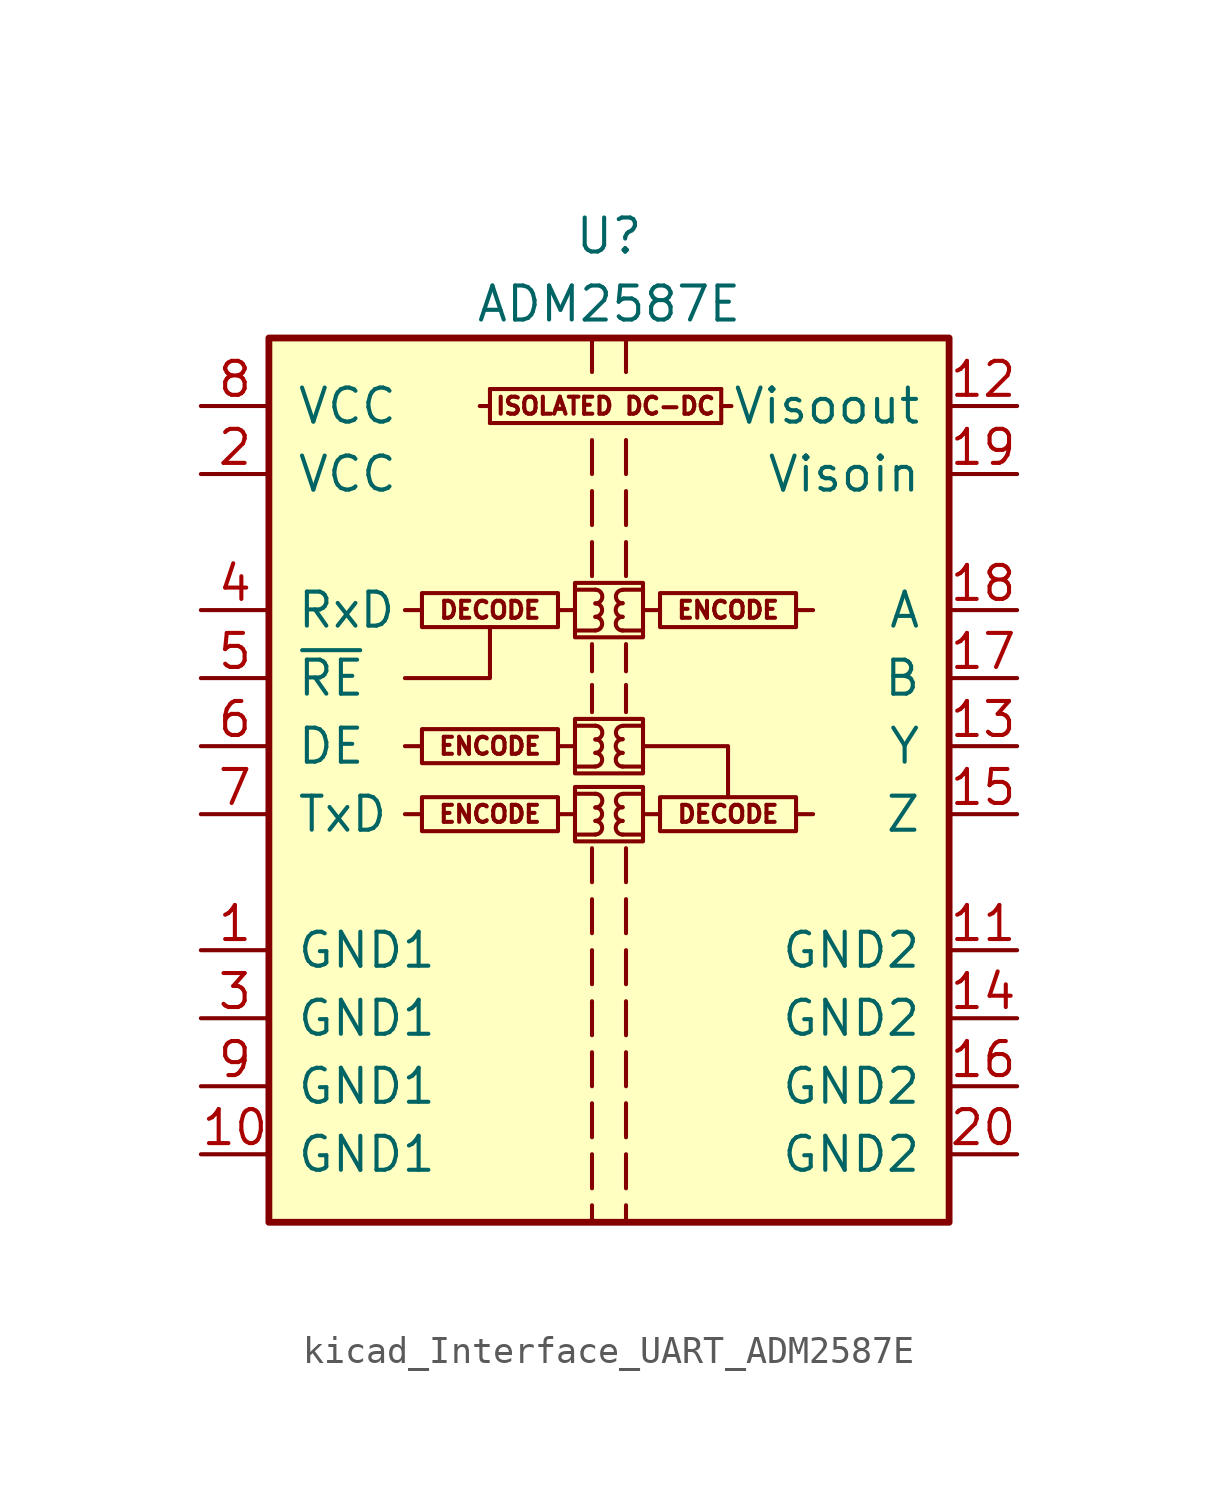
<source format=kicad_sym>
(kicad_symbol_lib
  (version 20220914)
  (generator kicad_symbol_editor)
  (symbol "kicad_Interface_UART_ADM2587E"
    (pin_names
      (offset 1.016))
    (property "Reference" "U"
      (at 0 21.59 0)
      (effects (font (size 1.27 1.27))))
    (property "Value" "ADM2587E"
      (at 0 19.05 0)
      (effects (font (size 1.27 1.27))))
    (symbol "kicad_Interface_UART_ADM2587E_0_0"
      (rectangle (start -1.905 0.635) (end -6.985 -0.635) (stroke (width 0) (type default)) (fill (type none)))
      (rectangle (start -1.27 1.016) (end 1.27 -1.016) (stroke (width 0) (type default)) (fill (type none)))
      (rectangle (start -1.27 3.556) (end 1.27 1.524) (stroke (width 0) (type default)) (fill (type none)))
      (rectangle (start -1.27 8.636) (end 1.27 6.604) (stroke (width 0) (type default)) (fill (type none)))
      (arc (start -0.508 -0.762) (mid -0.2551 -0.508) (end -0.508 -0.254) (stroke (width 0) (type default)) (fill (type none)))
      (arc (start -0.508 -0.254) (mid -0.2551 0) (end -0.508 0.254) (stroke (width 0) (type default)) (fill (type none)))
      (arc (start -0.508 0.254) (mid -0.2551 0.508) (end -0.508 0.762) (stroke (width 0) (type default)) (fill (type none)))
      (arc (start -0.508 1.778) (mid -0.2551 2.032) (end -0.508 2.286) (stroke (width 0) (type default)) (fill (type none)))
      (arc (start -0.508 2.286) (mid -0.2551 2.54) (end -0.508 2.794) (stroke (width 0) (type default)) (fill (type none)))
      (arc (start -0.508 2.794) (mid -0.2551 3.048) (end -0.508 3.302) (stroke (width 0) (type default)) (fill (type none)))
      (arc (start -0.508 6.858) (mid -0.2551 7.112) (end -0.508 7.366) (stroke (width 0) (type default)) (fill (type none)))
      (arc (start -0.508 7.366) (mid -0.2551 7.62) (end -0.508 7.874) (stroke (width 0) (type default)) (fill (type none)))
      (arc (start -0.508 7.874) (mid -0.2551 8.128) (end -0.508 8.382) (stroke (width 0) (type default)) (fill (type none)))
      (polyline (pts (xy -6.985 0) (xy -7.62 0)) (stroke (width 0) (type default)) (fill (type none)))
      (polyline (pts (xy -6.985 2.54) (xy -7.62 2.54)) (stroke (width 0) (type default)) (fill (type none)))
      (polyline (pts (xy -6.985 7.62) (xy -7.62 7.62)) (stroke (width 0) (type default)) (fill (type none)))
      (polyline (pts (xy -4.445 14.605) (xy 4.191 14.605)) (stroke (width 0) (type default)) (fill (type none)))
      (polyline (pts (xy -4.445 15.24) (xy -4.826 15.24)) (stroke (width 0) (type default)) (fill (type none)))
      (polyline (pts (xy -4.445 15.875) (xy -4.445 14.605)) (stroke (width 0) (type default)) (fill (type none)))
      (polyline (pts (xy -1.905 0) (xy -1.27 0)) (stroke (width 0) (type default)) (fill (type none)))
      (polyline (pts (xy -1.905 2.54) (xy -1.27 2.54)) (stroke (width 0) (type default)) (fill (type none)))
      (polyline (pts (xy -1.905 7.62) (xy -1.27 7.62)) (stroke (width 0) (type default)) (fill (type none)))
      (polyline (pts (xy -1.27 -0.762) (xy -0.508 -0.762)) (stroke (width 0) (type default)) (fill (type none)))
      (polyline (pts (xy -1.27 0.762) (xy -0.508 0.762)) (stroke (width 0) (type default)) (fill (type none)))
      (polyline (pts (xy -1.27 1.778) (xy -0.508 1.778)) (stroke (width 0) (type default)) (fill (type none)))
      (polyline (pts (xy -1.27 3.302) (xy -0.508 3.302)) (stroke (width 0) (type default)) (fill (type none)))
      (polyline (pts (xy -1.27 6.858) (xy -0.508 6.858)) (stroke (width 0) (type default)) (fill (type none)))
      (polyline (pts (xy -1.27 8.382) (xy -0.508 8.382)) (stroke (width 0) (type default)) (fill (type none)))
      (polyline (pts (xy -0.635 -14.605) (xy -0.635 -15.24)) (stroke (width 0) (type default)) (fill (type none)))
      (polyline (pts (xy -0.635 -12.7) (xy -0.635 -13.97)) (stroke (width 0) (type default)) (fill (type none)))
      (polyline (pts (xy -0.635 -10.795) (xy -0.635 -12.065)) (stroke (width 0) (type default)) (fill (type none)))
      (polyline (pts (xy -0.635 -8.89) (xy -0.635 -10.16)) (stroke (width 0) (type default)) (fill (type none)))
      (polyline (pts (xy -0.635 -6.985) (xy -0.635 -8.255)) (stroke (width 0) (type default)) (fill (type none)))
      (polyline (pts (xy -0.635 -5.08) (xy -0.635 -6.35)) (stroke (width 0) (type default)) (fill (type none)))
      (polyline (pts (xy -0.635 -3.175) (xy -0.635 -4.445)) (stroke (width 0) (type default)) (fill (type none)))
      (polyline (pts (xy -0.635 -1.27) (xy -0.635 -2.54)) (stroke (width 0) (type default)) (fill (type none)))
      (polyline (pts (xy -0.635 4.826) (xy -0.635 3.81)) (stroke (width 0) (type default)) (fill (type none)))
      (polyline (pts (xy -0.635 6.35) (xy -0.635 5.334)) (stroke (width 0) (type default)) (fill (type none)))
      (polyline (pts (xy -0.635 8.89) (xy -0.635 10.16)) (stroke (width 0) (type default)) (fill (type none)))
      (polyline (pts (xy -0.635 10.795) (xy -0.635 12.065)) (stroke (width 0) (type default)) (fill (type none)))
      (polyline (pts (xy -0.635 12.7) (xy -0.635 13.97)) (stroke (width 0) (type default)) (fill (type none)))
      (polyline (pts (xy -0.635 17.78) (xy -0.635 16.51)) (stroke (width 0) (type default)) (fill (type none)))
      (polyline (pts (xy 0.635 -14.605) (xy 0.635 -15.24)) (stroke (width 0) (type default)) (fill (type none)))
      (polyline (pts (xy 0.635 -12.7) (xy 0.635 -13.97)) (stroke (width 0) (type default)) (fill (type none)))
      (polyline (pts (xy 0.635 -10.795) (xy 0.635 -12.065)) (stroke (width 0) (type default)) (fill (type none)))
      (polyline (pts (xy 0.635 -8.89) (xy 0.635 -10.16)) (stroke (width 0) (type default)) (fill (type none)))
      (polyline (pts (xy 0.635 -6.985) (xy 0.635 -8.255)) (stroke (width 0) (type default)) (fill (type none)))
      (polyline (pts (xy 0.635 -5.08) (xy 0.635 -6.35)) (stroke (width 0) (type default)) (fill (type none)))
      (polyline (pts (xy 0.635 -3.175) (xy 0.635 -4.445)) (stroke (width 0) (type default)) (fill (type none)))
      (polyline (pts (xy 0.635 -1.27) (xy 0.635 -2.54)) (stroke (width 0) (type default)) (fill (type none)))
      (polyline (pts (xy 0.635 3.81) (xy 0.635 4.826)) (stroke (width 0) (type default)) (fill (type none)))
      (polyline (pts (xy 0.635 6.35) (xy 0.635 5.334)) (stroke (width 0) (type default)) (fill (type none)))
      (polyline (pts (xy 0.635 8.89) (xy 0.635 10.16)) (stroke (width 0) (type default)) (fill (type none)))
      (polyline (pts (xy 0.635 12.065) (xy 0.635 10.795)) (stroke (width 0) (type default)) (fill (type none)))
      (polyline (pts (xy 0.635 13.97) (xy 0.635 12.7)) (stroke (width 0) (type default)) (fill (type none)))
      (polyline (pts (xy 0.635 17.78) (xy 0.635 16.51)) (stroke (width 0) (type default)) (fill (type none)))
      (polyline (pts (xy 1.27 -0.762) (xy 0.508 -0.762)) (stroke (width 0) (type default)) (fill (type none)))
      (polyline (pts (xy 1.27 0.762) (xy 0.508 0.762)) (stroke (width 0) (type default)) (fill (type none)))
      (polyline (pts (xy 1.27 1.778) (xy 0.508 1.778)) (stroke (width 0) (type default)) (fill (type none)))
      (polyline (pts (xy 1.27 3.302) (xy 0.508 3.302)) (stroke (width 0) (type default)) (fill (type none)))
      (polyline (pts (xy 1.27 6.858) (xy 0.508 6.858)) (stroke (width 0) (type default)) (fill (type none)))
      (polyline (pts (xy 1.27 8.382) (xy 0.508 8.382)) (stroke (width 0) (type default)) (fill (type none)))
      (polyline (pts (xy 1.905 0) (xy 1.27 0)) (stroke (width 0) (type default)) (fill (type none)))
      (polyline (pts (xy 1.905 7.62) (xy 1.27 7.62)) (stroke (width 0) (type default)) (fill (type none)))
      (polyline (pts (xy 4.191 15.24) (xy 4.572 15.24)) (stroke (width 0) (type default)) (fill (type none)))
      (polyline (pts (xy 4.191 15.875) (xy -4.445 15.875)) (stroke (width 0) (type default)) (fill (type none)))
      (polyline (pts (xy 4.191 15.875) (xy 4.191 14.605)) (stroke (width 0) (type default)) (fill (type none)))
      (polyline (pts (xy 6.985 0) (xy 7.62 0)) (stroke (width 0) (type default)) (fill (type none)))
      (polyline (pts (xy 6.985 7.62) (xy 7.62 7.62)) (stroke (width 0) (type default)) (fill (type none)))
      (arc (start 0.508 -0.254) (mid 0.2551 -0.508) (end 0.508 -0.762) (stroke (width 0) (type default)) (fill (type none)))
      (arc (start 0.508 0.254) (mid 0.2551 0) (end 0.508 -0.254) (stroke (width 0) (type default)) (fill (type none)))
      (arc (start 0.508 0.762) (mid 0.2551 0.508) (end 0.508 0.254) (stroke (width 0) (type default)) (fill (type none)))
      (arc (start 0.508 2.286) (mid 0.2551 2.032) (end 0.508 1.778) (stroke (width 0) (type default)) (fill (type none)))
      (arc (start 0.508 2.794) (mid 0.2551 2.54) (end 0.508 2.286) (stroke (width 0) (type default)) (fill (type none)))
      (arc (start 0.508 3.302) (mid 0.2551 3.048) (end 0.508 2.794) (stroke (width 0) (type default)) (fill (type none)))
      (arc (start 0.508 7.366) (mid 0.2551 7.112) (end 0.508 6.858) (stroke (width 0) (type default)) (fill (type none)))
      (arc (start 0.508 7.874) (mid 0.2551 7.62) (end 0.508 7.366) (stroke (width 0) (type default)) (fill (type none)))
      (arc (start 0.508 8.382) (mid 0.2551 8.128) (end 0.508 7.874) (stroke (width 0) (type default)) (fill (type none)))
      (rectangle (start 1.905 0.635) (end 6.985 -0.635) (stroke (width 0) (type default)) (fill (type none)))
      (rectangle (start 1.905 8.255) (end 6.985 6.985) (stroke (width 0) (type default)) (fill (type none)))
      (text "DECODE" (at -4.445 7.62 0) (effects (font (size 0.635 0.635))))
      (text "DECODE" (at 4.445 0 0) (effects (font (size 0.635 0.635))))
      (text "ENCODE" (at -4.445 0 0) (effects (font (size 0.635 0.635))))
      (text "ENCODE" (at -4.445 2.54 0) (effects (font (size 0.635 0.635))))
      (text "ENCODE" (at 4.445 7.62 0) (effects (font (size 0.635 0.635))))
      (text "ISOLATED DC-DC" (at -0.127 15.24 0) (effects (font (size 0.635 0.635)))))
    (symbol "kicad_Interface_UART_ADM2587E_0_1"
      (rectangle (start -12.7 17.78) (end 12.7 -15.24) (stroke (width 0.254) (type default)) (fill (type background)))
      (rectangle (start -1.905 3.175) (end -6.985 1.905) (stroke (width 0) (type default)) (fill (type none)))
      (rectangle (start -1.905 8.255) (end -6.985 6.985) (stroke (width 0) (type default)) (fill (type none)))
      (polyline (pts (xy -7.62 5.08) (xy -4.445 5.08) (xy -4.445 6.985)) (stroke (width 0) (type default)) (fill (type none)))
      (polyline (pts (xy 1.27 2.54) (xy 4.445 2.54) (xy 4.445 0.635)) (stroke (width 0) (type default)) (fill (type none))))
    (symbol "kicad_Interface_UART_ADM2587E_1_1"
      (pin power_in line (at -15.24 -5.08 0) (length 2.54) (name "GND1" (effects (font (size 1.27 1.27)))) (number "1" (effects (font (size 1.27 1.27)))))
      (pin power_in line (at -15.24 -12.7 0) (length 2.54) (name "GND1" (effects (font (size 1.27 1.27)))) (number "10" (effects (font (size 1.27 1.27)))))
      (pin power_in line (at 15.24 -5.08 180) (length 2.54) (name "GND2" (effects (font (size 1.27 1.27)))) (number "11" (effects (font (size 1.27 1.27)))))
      (pin power_out line (at 15.24 15.24 180) (length 2.54) (name "Visoout" (effects (font (size 1.27 1.27)))) (number "12" (effects (font (size 1.27 1.27)))))
      (pin output line (at 15.24 2.54 180) (length 2.54) (name "Y" (effects (font (size 1.27 1.27)))) (number "13" (effects (font (size 1.27 1.27)))))
      (pin power_in line (at 15.24 -7.62 180) (length 2.54) (name "GND2" (effects (font (size 1.27 1.27)))) (number "14" (effects (font (size 1.27 1.27)))))
      (pin output line (at 15.24 0 180) (length 2.54) (name "Z" (effects (font (size 1.27 1.27)))) (number "15" (effects (font (size 1.27 1.27)))))
      (pin power_in line (at 15.24 -10.16 180) (length 2.54) (name "GND2" (effects (font (size 1.27 1.27)))) (number "16" (effects (font (size 1.27 1.27)))))
      (pin input line (at 15.24 5.08 180) (length 2.54) (name "B" (effects (font (size 1.27 1.27)))) (number "17" (effects (font (size 1.27 1.27)))))
      (pin input line (at 15.24 7.62 180) (length 2.54) (name "A" (effects (font (size 1.27 1.27)))) (number "18" (effects (font (size 1.27 1.27)))))
      (pin power_in line (at 15.24 12.7 180) (length 2.54) (name "Visoin" (effects (font (size 1.27 1.27)))) (number "19" (effects (font (size 1.27 1.27)))))
      (pin power_in line (at -15.24 12.7 0) (length 2.54) (name "VCC" (effects (font (size 1.27 1.27)))) (number "2" (effects (font (size 1.27 1.27)))))
      (pin power_in line (at 15.24 -12.7 180) (length 2.54) (name "GND2" (effects (font (size 1.27 1.27)))) (number "20" (effects (font (size 1.27 1.27)))))
      (pin power_in line (at -15.24 -7.62 0) (length 2.54) (name "GND1" (effects (font (size 1.27 1.27)))) (number "3" (effects (font (size 1.27 1.27)))))
      (pin output line (at -15.24 7.62 0) (length 2.54) (name "RxD" (effects (font (size 1.27 1.27)))) (number "4" (effects (font (size 1.27 1.27)))))
      (pin input line (at -15.24 5.08 0) (length 2.54) (name "~{RE}" (effects (font (size 1.27 1.27)))) (number "5" (effects (font (size 1.27 1.27)))))
      (pin input line (at -15.24 2.54 0) (length 2.54) (name "DE" (effects (font (size 1.27 1.27)))) (number "6" (effects (font (size 1.27 1.27)))))
      (pin input line (at -15.24 0 0) (length 2.54) (name "TxD" (effects (font (size 1.27 1.27)))) (number "7" (effects (font (size 1.27 1.27)))))
      (pin power_in line (at -15.24 15.24 0) (length 2.54) (name "VCC" (effects (font (size 1.27 1.27)))) (number "8" (effects (font (size 1.27 1.27)))))
      (pin power_in line (at -15.24 -10.16 0) (length 2.54) (name "GND1" (effects (font (size 1.27 1.27)))) (number "9" (effects (font (size 1.27 1.27))))))))
</source>
